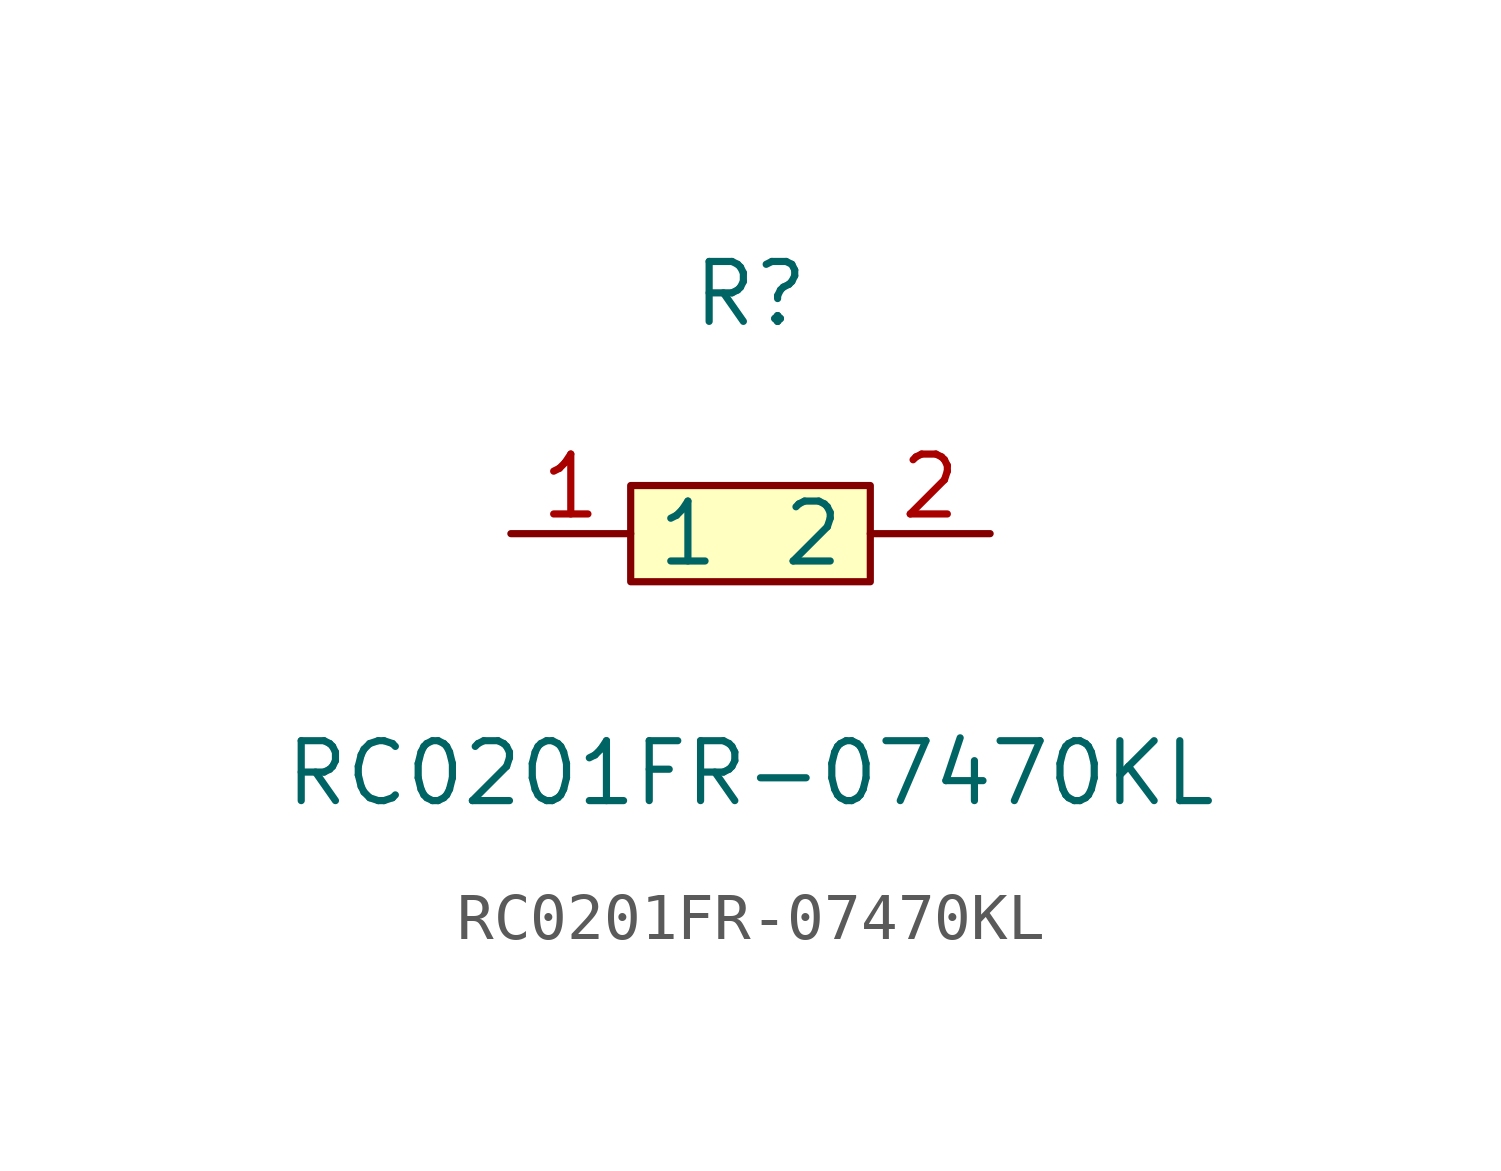
<source format=kicad_sym>
(kicad_symbol_lib
  (version 1)
  (generator "faebryk")
  (symbol "RC0201FR-07470KL"
    (property "Reference" "R"
      (at 0 5.08 0)
      (effects (font (size 1.27 1.27)) (hide no)))
    (property "Value" "RC0201FR-07470KL"
      (at 0 -5.08 0)
      (effects (font (size 1.27 1.27)) (hide no)))
    (symbol "RC0201FR-07470KL_0_1"
      (rectangle (start -2.54 1.02) (end 2.54 -1.02) (stroke (width 0) (type default) (color 0 0 0 0)) (fill (type background)))
      (pin unspecified line (at 5.08 0 180) (length 2.54) (name "2" (effects (font (size 1.27 1.27)) (hide no))) (number "2" (effects (font (size 1.27 1.27)) (hide no))))
      (pin unspecified line (at -5.08 0 0) (length 2.54) (name "1" (effects (font (size 1.27 1.27)) (hide no))) (number "1" (effects (font (size 1.27 1.27)) (hide no)))))))
</source>
